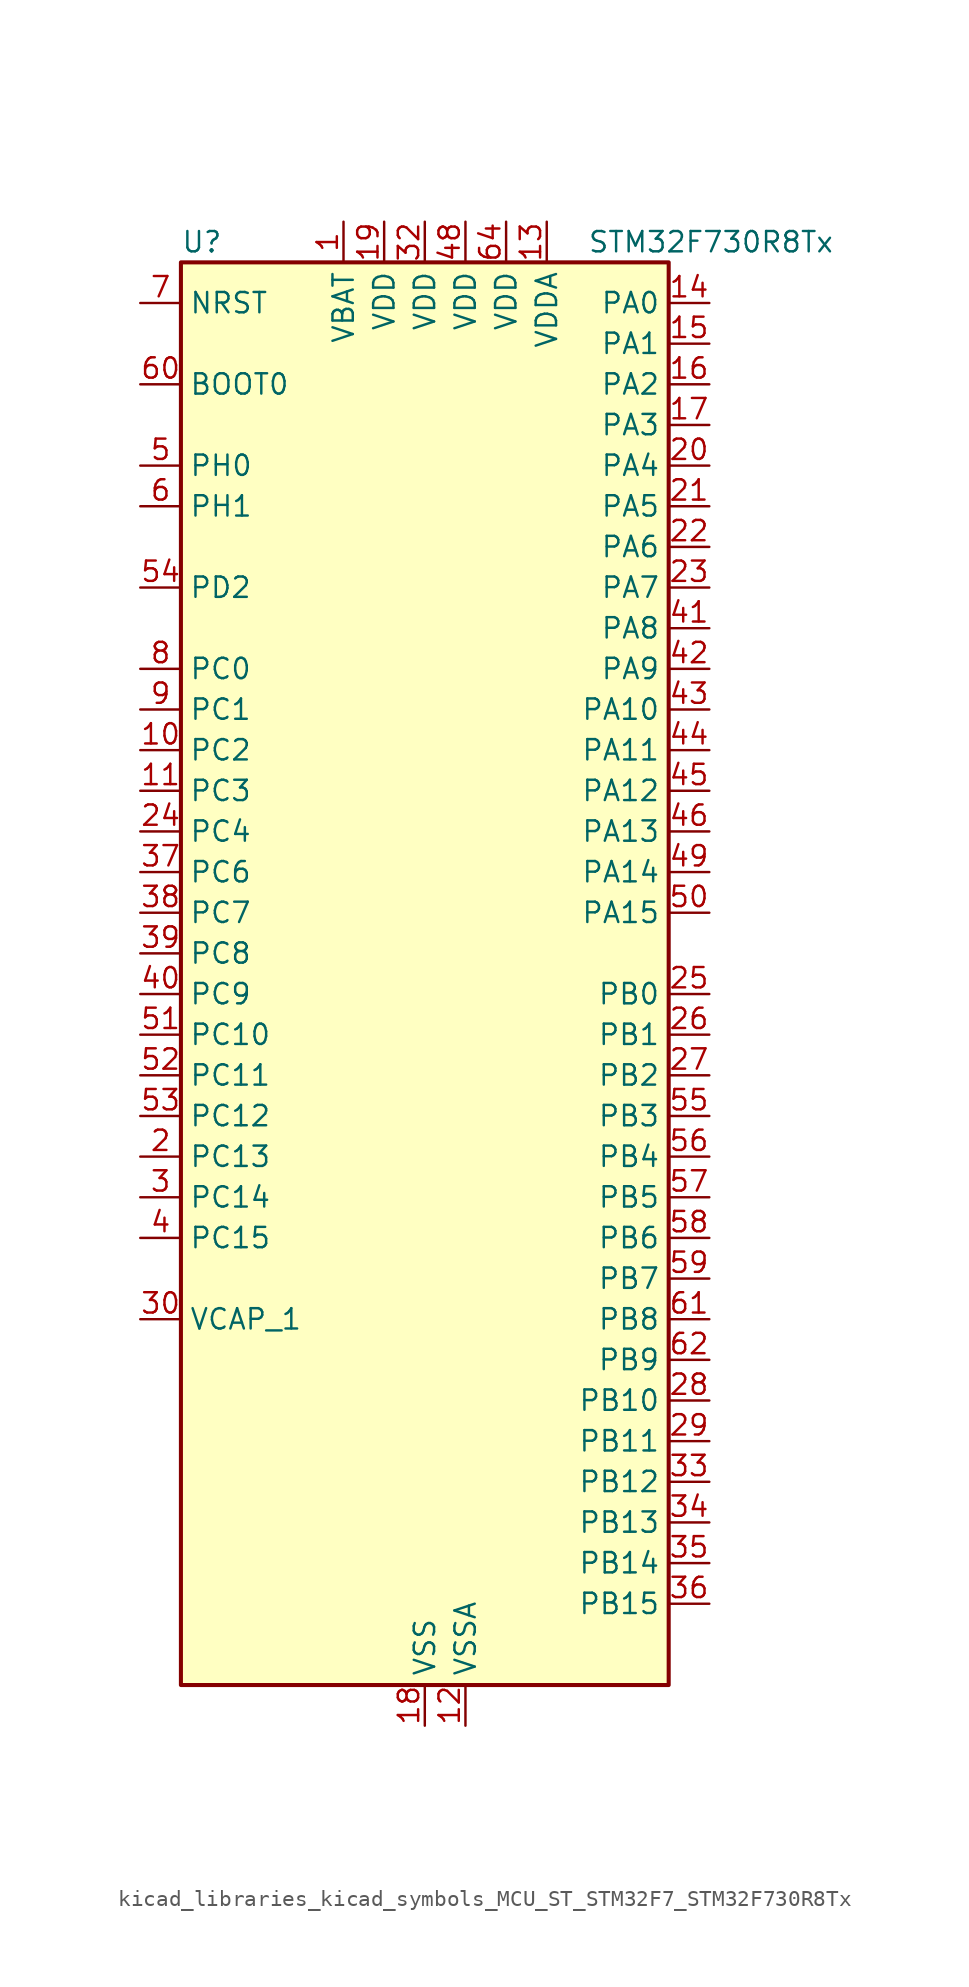
<source format=kicad_sym>
(kicad_symbol_lib
  (version 20220914)
  (generator kicad_symbol_editor)
  (symbol "kicad_libraries_kicad_symbols_MCU_ST_STM32F7_STM32F730R8Tx"
    (property "Reference" "U"
      (at -15.24 46.99 0)
      (effects (font (size 1.27 1.27)) (justify left)))
    (property "Value" "STM32F730R8Tx"
      (at 10.16 46.99 0)
      (effects (font (size 1.27 1.27)) (justify left)))
    (property "ki_locked" ""
      (at 0 0 0)
      (effects (font (size 1.27 1.27))))
    (symbol "kicad_libraries_kicad_symbols_MCU_ST_STM32F7_STM32F730R8Tx_0_1"
      (rectangle (start -15.24 -43.18) (end 15.24 45.72) (stroke (width 0.254) (type default)) (fill (type background))))
    (symbol "kicad_libraries_kicad_symbols_MCU_ST_STM32F7_STM32F730R8Tx_1_1"
      (pin power_in line (at -5.08 48.26 270) (length 2.54) (name "VBAT" (effects (font (size 1.27 1.27)))) (number "1" (effects (font (size 1.27 1.27)))))
      (pin bidirectional line (at -17.78 15.24 0) (length 2.54) (name "PC2" (effects (font (size 1.27 1.27)))) (number "10" (effects (font (size 1.27 1.27)))) (alternate "ADC1_IN12" bidirectional line) (alternate "ADC2_IN12" bidirectional line) (alternate "ADC3_IN12" bidirectional line) (alternate "SPI2_MISO" bidirectional line) (alternate "USB_OTG_HS_ULPI_DIR" bidirectional line))
      (pin bidirectional line (at -17.78 12.7 0) (length 2.54) (name "PC3" (effects (font (size 1.27 1.27)))) (number "11" (effects (font (size 1.27 1.27)))) (alternate "ADC1_IN13" bidirectional line) (alternate "ADC2_IN13" bidirectional line) (alternate "ADC3_IN13" bidirectional line) (alternate "I2S2_SD" bidirectional line) (alternate "SPI2_MOSI" bidirectional line) (alternate "USB_OTG_HS_ULPI_NXT" bidirectional line))
      (pin power_in line (at 2.54 -45.72 90) (length 2.54) (name "VSSA" (effects (font (size 1.27 1.27)))) (number "12" (effects (font (size 1.27 1.27)))))
      (pin power_in line (at 7.62 48.26 270) (length 2.54) (name "VDDA" (effects (font (size 1.27 1.27)))) (number "13" (effects (font (size 1.27 1.27)))))
      (pin bidirectional line (at 17.78 43.18 180) (length 2.54) (name "PA0" (effects (font (size 1.27 1.27)))) (number "14" (effects (font (size 1.27 1.27)))) (alternate "ADC1_IN0" bidirectional line) (alternate "ADC2_IN0" bidirectional line) (alternate "ADC3_IN0" bidirectional line) (alternate "SAI2_SD_B" bidirectional line) (alternate "SYS_WKUP1" bidirectional line) (alternate "TIM2_CH1" bidirectional line) (alternate "TIM2_ETR" bidirectional line) (alternate "TIM5_CH1" bidirectional line) (alternate "TIM8_ETR" bidirectional line) (alternate "UART4_TX" bidirectional line) (alternate "USART2_CTS" bidirectional line))
      (pin bidirectional line (at 17.78 40.64 180) (length 2.54) (name "PA1" (effects (font (size 1.27 1.27)))) (number "15" (effects (font (size 1.27 1.27)))) (alternate "ADC1_IN1" bidirectional line) (alternate "ADC2_IN1" bidirectional line) (alternate "ADC3_IN1" bidirectional line) (alternate "QUADSPI_BK1_IO3" bidirectional line) (alternate "SAI2_MCLK_B" bidirectional line) (alternate "TIM2_CH2" bidirectional line) (alternate "TIM5_CH2" bidirectional line) (alternate "UART4_RX" bidirectional line) (alternate "USART2_DE" bidirectional line) (alternate "USART2_RTS" bidirectional line))
      (pin bidirectional line (at 17.78 38.1 180) (length 2.54) (name "PA2" (effects (font (size 1.27 1.27)))) (number "16" (effects (font (size 1.27 1.27)))) (alternate "ADC1_IN2" bidirectional line) (alternate "ADC2_IN2" bidirectional line) (alternate "ADC3_IN2" bidirectional line) (alternate "SAI2_SCK_B" bidirectional line) (alternate "SYS_WKUP2" bidirectional line) (alternate "TIM2_CH3" bidirectional line) (alternate "TIM5_CH3" bidirectional line) (alternate "TIM9_CH1" bidirectional line) (alternate "USART2_TX" bidirectional line))
      (pin bidirectional line (at 17.78 35.56 180) (length 2.54) (name "PA3" (effects (font (size 1.27 1.27)))) (number "17" (effects (font (size 1.27 1.27)))) (alternate "ADC1_IN3" bidirectional line) (alternate "ADC2_IN3" bidirectional line) (alternate "ADC3_IN3" bidirectional line) (alternate "TIM2_CH4" bidirectional line) (alternate "TIM5_CH4" bidirectional line) (alternate "TIM9_CH2" bidirectional line) (alternate "USART2_RX" bidirectional line) (alternate "USB_OTG_HS_ULPI_D0" bidirectional line))
      (pin power_in line (at 0 -45.72 90) (length 2.54) (name "VSS" (effects (font (size 1.27 1.27)))) (number "18" (effects (font (size 1.27 1.27)))))
      (pin power_in line (at -2.54 48.26 270) (length 2.54) (name "VDD" (effects (font (size 1.27 1.27)))) (number "19" (effects (font (size 1.27 1.27)))))
      (pin bidirectional line (at -17.78 -10.16 0) (length 2.54) (name "PC13" (effects (font (size 1.27 1.27)))) (number "2" (effects (font (size 1.27 1.27)))) (alternate "RTC_OUT" bidirectional line) (alternate "RTC_TAMP1" bidirectional line) (alternate "RTC_TS" bidirectional line) (alternate "SYS_WKUP4" bidirectional line))
      (pin bidirectional line (at 17.78 33.02 180) (length 2.54) (name "PA4" (effects (font (size 1.27 1.27)))) (number "20" (effects (font (size 1.27 1.27)))) (alternate "ADC1_IN4" bidirectional line) (alternate "ADC2_IN4" bidirectional line) (alternate "DAC_OUT1" bidirectional line) (alternate "I2S1_WS" bidirectional line) (alternate "I2S3_WS" bidirectional line) (alternate "SPI1_NSS" bidirectional line) (alternate "SPI3_NSS" bidirectional line) (alternate "USART2_CK" bidirectional line) (alternate "USB_OTG_HS_SOF" bidirectional line))
      (pin bidirectional line (at 17.78 30.48 180) (length 2.54) (name "PA5" (effects (font (size 1.27 1.27)))) (number "21" (effects (font (size 1.27 1.27)))) (alternate "ADC1_IN5" bidirectional line) (alternate "ADC2_IN5" bidirectional line) (alternate "DAC_OUT2" bidirectional line) (alternate "I2S1_CK" bidirectional line) (alternate "SPI1_SCK" bidirectional line) (alternate "TIM2_CH1" bidirectional line) (alternate "TIM2_ETR" bidirectional line) (alternate "TIM8_CH1N" bidirectional line) (alternate "USB_OTG_HS_ULPI_CK" bidirectional line))
      (pin bidirectional line (at 17.78 27.94 180) (length 2.54) (name "PA6" (effects (font (size 1.27 1.27)))) (number "22" (effects (font (size 1.27 1.27)))) (alternate "ADC1_IN6" bidirectional line) (alternate "ADC2_IN6" bidirectional line) (alternate "SPI1_MISO" bidirectional line) (alternate "TIM13_CH1" bidirectional line) (alternate "TIM1_BKIN" bidirectional line) (alternate "TIM3_CH1" bidirectional line) (alternate "TIM8_BKIN" bidirectional line))
      (pin bidirectional line (at 17.78 25.4 180) (length 2.54) (name "PA7" (effects (font (size 1.27 1.27)))) (number "23" (effects (font (size 1.27 1.27)))) (alternate "ADC1_IN7" bidirectional line) (alternate "ADC2_IN7" bidirectional line) (alternate "I2S1_SD" bidirectional line) (alternate "SPI1_MOSI" bidirectional line) (alternate "TIM14_CH1" bidirectional line) (alternate "TIM1_CH1N" bidirectional line) (alternate "TIM3_CH2" bidirectional line) (alternate "TIM8_CH1N" bidirectional line))
      (pin bidirectional line (at -17.78 10.16 0) (length 2.54) (name "PC4" (effects (font (size 1.27 1.27)))) (number "24" (effects (font (size 1.27 1.27)))) (alternate "ADC1_IN14" bidirectional line) (alternate "ADC2_IN14" bidirectional line) (alternate "I2S1_MCK" bidirectional line))
      (pin bidirectional line (at 17.78 0 180) (length 2.54) (name "PB0" (effects (font (size 1.27 1.27)))) (number "25" (effects (font (size 1.27 1.27)))) (alternate "ADC1_IN8" bidirectional line) (alternate "ADC2_IN8" bidirectional line) (alternate "TIM1_CH2N" bidirectional line) (alternate "TIM3_CH3" bidirectional line) (alternate "TIM8_CH2N" bidirectional line) (alternate "UART4_CTS" bidirectional line) (alternate "USB_OTG_HS_ULPI_D1" bidirectional line))
      (pin bidirectional line (at 17.78 -2.54 180) (length 2.54) (name "PB1" (effects (font (size 1.27 1.27)))) (number "26" (effects (font (size 1.27 1.27)))) (alternate "ADC1_IN9" bidirectional line) (alternate "ADC2_IN9" bidirectional line) (alternate "TIM1_CH3N" bidirectional line) (alternate "TIM3_CH4" bidirectional line) (alternate "TIM8_CH3N" bidirectional line) (alternate "USB_OTG_HS_ULPI_D2" bidirectional line))
      (pin bidirectional line (at 17.78 -5.08 180) (length 2.54) (name "PB2" (effects (font (size 1.27 1.27)))) (number "27" (effects (font (size 1.27 1.27)))) (alternate "I2S3_SD" bidirectional line) (alternate "QUADSPI_CLK" bidirectional line) (alternate "SAI1_SD_A" bidirectional line) (alternate "SPI3_MOSI" bidirectional line))
      (pin bidirectional line (at 17.78 -25.4 180) (length 2.54) (name "PB10" (effects (font (size 1.27 1.27)))) (number "28" (effects (font (size 1.27 1.27)))) (alternate "I2C2_SCL" bidirectional line) (alternate "I2S2_CK" bidirectional line) (alternate "SPI2_SCK" bidirectional line) (alternate "TIM2_CH3" bidirectional line) (alternate "USART3_TX" bidirectional line) (alternate "USB_OTG_HS_ULPI_D3" bidirectional line))
      (pin bidirectional line (at 17.78 -27.94 180) (length 2.54) (name "PB11" (effects (font (size 1.27 1.27)))) (number "29" (effects (font (size 1.27 1.27)))) (alternate "ADC1_EXTI11" bidirectional line) (alternate "ADC2_EXTI11" bidirectional line) (alternate "ADC3_EXTI11" bidirectional line) (alternate "I2C2_SDA" bidirectional line) (alternate "TIM2_CH4" bidirectional line) (alternate "USART3_RX" bidirectional line) (alternate "USB_OTG_HS_ULPI_D4" bidirectional line))
      (pin bidirectional line (at -17.78 -12.7 0) (length 2.54) (name "PC14" (effects (font (size 1.27 1.27)))) (number "3" (effects (font (size 1.27 1.27)))) (alternate "RCC_OSC32_IN" bidirectional line))
      (pin power_out line (at -17.78 -20.32 0) (length 2.54) (name "VCAP_1" (effects (font (size 1.27 1.27)))) (number "30" (effects (font (size 1.27 1.27)))))
      (pin passive line (at 0 -45.72 90) (length 2.54) hide (name "VSS" (effects (font (size 1.27 1.27)))) (number "31" (effects (font (size 1.27 1.27)))))
      (pin power_in line (at 0 48.26 270) (length 2.54) (name "VDD" (effects (font (size 1.27 1.27)))) (number "32" (effects (font (size 1.27 1.27)))))
      (pin bidirectional line (at 17.78 -30.48 180) (length 2.54) (name "PB12" (effects (font (size 1.27 1.27)))) (number "33" (effects (font (size 1.27 1.27)))) (alternate "I2C2_SMBA" bidirectional line) (alternate "I2S2_WS" bidirectional line) (alternate "SPI2_NSS" bidirectional line) (alternate "TIM1_BKIN" bidirectional line) (alternate "USART3_CK" bidirectional line) (alternate "USB_OTG_HS_ID" bidirectional line) (alternate "USB_OTG_HS_ULPI_D5" bidirectional line))
      (pin bidirectional line (at 17.78 -33.02 180) (length 2.54) (name "PB13" (effects (font (size 1.27 1.27)))) (number "34" (effects (font (size 1.27 1.27)))) (alternate "I2S2_CK" bidirectional line) (alternate "SPI2_SCK" bidirectional line) (alternate "TIM1_CH1N" bidirectional line) (alternate "USART3_CTS" bidirectional line) (alternate "USB_OTG_HS_ULPI_D6" bidirectional line) (alternate "USB_OTG_HS_VBUS" bidirectional line))
      (pin bidirectional line (at 17.78 -35.56 180) (length 2.54) (name "PB14" (effects (font (size 1.27 1.27)))) (number "35" (effects (font (size 1.27 1.27)))) (alternate "SPI2_MISO" bidirectional line) (alternate "TIM12_CH1" bidirectional line) (alternate "TIM1_CH2N" bidirectional line) (alternate "TIM8_CH2N" bidirectional line) (alternate "USART3_DE" bidirectional line) (alternate "USART3_RTS" bidirectional line) (alternate "USB_OTG_HS_DM" bidirectional line))
      (pin bidirectional line (at 17.78 -38.1 180) (length 2.54) (name "PB15" (effects (font (size 1.27 1.27)))) (number "36" (effects (font (size 1.27 1.27)))) (alternate "I2S2_SD" bidirectional line) (alternate "RTC_REFIN" bidirectional line) (alternate "SPI2_MOSI" bidirectional line) (alternate "TIM12_CH2" bidirectional line) (alternate "TIM1_CH3N" bidirectional line) (alternate "TIM8_CH3N" bidirectional line) (alternate "USB_OTG_HS_DP" bidirectional line))
      (pin bidirectional line (at -17.78 7.62 0) (length 2.54) (name "PC6" (effects (font (size 1.27 1.27)))) (number "37" (effects (font (size 1.27 1.27)))) (alternate "I2S2_MCK" bidirectional line) (alternate "SDMMC1_D6" bidirectional line) (alternate "TIM3_CH1" bidirectional line) (alternate "TIM8_CH1" bidirectional line) (alternate "USART6_TX" bidirectional line))
      (pin bidirectional line (at -17.78 5.08 0) (length 2.54) (name "PC7" (effects (font (size 1.27 1.27)))) (number "38" (effects (font (size 1.27 1.27)))) (alternate "I2S3_MCK" bidirectional line) (alternate "SDMMC1_D7" bidirectional line) (alternate "TIM3_CH2" bidirectional line) (alternate "TIM8_CH2" bidirectional line) (alternate "USART6_RX" bidirectional line))
      (pin bidirectional line (at -17.78 2.54 0) (length 2.54) (name "PC8" (effects (font (size 1.27 1.27)))) (number "39" (effects (font (size 1.27 1.27)))) (alternate "SDMMC1_D0" bidirectional line) (alternate "SYS_TRACED1" bidirectional line) (alternate "TIM3_CH3" bidirectional line) (alternate "TIM8_CH3" bidirectional line) (alternate "UART5_DE" bidirectional line) (alternate "UART5_RTS" bidirectional line) (alternate "USART6_CK" bidirectional line))
      (pin bidirectional line (at -17.78 -15.24 0) (length 2.54) (name "PC15" (effects (font (size 1.27 1.27)))) (number "4" (effects (font (size 1.27 1.27)))) (alternate "RCC_OSC32_OUT" bidirectional line))
      (pin bidirectional line (at -17.78 0 0) (length 2.54) (name "PC9" (effects (font (size 1.27 1.27)))) (number "40" (effects (font (size 1.27 1.27)))) (alternate "DAC_EXTI9" bidirectional line) (alternate "I2C3_SDA" bidirectional line) (alternate "I2S_CKIN" bidirectional line) (alternate "QUADSPI_BK1_IO0" bidirectional line) (alternate "RCC_MCO_2" bidirectional line) (alternate "SDMMC1_D1" bidirectional line) (alternate "TIM3_CH4" bidirectional line) (alternate "TIM8_CH4" bidirectional line) (alternate "UART5_CTS" bidirectional line))
      (pin bidirectional line (at 17.78 22.86 180) (length 2.54) (name "PA8" (effects (font (size 1.27 1.27)))) (number "41" (effects (font (size 1.27 1.27)))) (alternate "I2C3_SCL" bidirectional line) (alternate "RCC_MCO_1" bidirectional line) (alternate "TIM1_CH1" bidirectional line) (alternate "TIM8_BKIN2" bidirectional line) (alternate "USART1_CK" bidirectional line) (alternate "USB_OTG_FS_SOF" bidirectional line))
      (pin bidirectional line (at 17.78 20.32 180) (length 2.54) (name "PA9" (effects (font (size 1.27 1.27)))) (number "42" (effects (font (size 1.27 1.27)))) (alternate "DAC_EXTI9" bidirectional line) (alternate "I2C3_SMBA" bidirectional line) (alternate "I2S2_CK" bidirectional line) (alternate "SPI2_SCK" bidirectional line) (alternate "TIM1_CH2" bidirectional line) (alternate "USART1_TX" bidirectional line) (alternate "USB_OTG_FS_VBUS" bidirectional line))
      (pin bidirectional line (at 17.78 17.78 180) (length 2.54) (name "PA10" (effects (font (size 1.27 1.27)))) (number "43" (effects (font (size 1.27 1.27)))) (alternate "TIM1_CH3" bidirectional line) (alternate "USART1_RX" bidirectional line) (alternate "USB_OTG_FS_ID" bidirectional line))
      (pin bidirectional line (at 17.78 15.24 180) (length 2.54) (name "PA11" (effects (font (size 1.27 1.27)))) (number "44" (effects (font (size 1.27 1.27)))) (alternate "ADC1_EXTI11" bidirectional line) (alternate "ADC2_EXTI11" bidirectional line) (alternate "ADC3_EXTI11" bidirectional line) (alternate "CAN1_RX" bidirectional line) (alternate "TIM1_CH4" bidirectional line) (alternate "USART1_CTS" bidirectional line) (alternate "USB_OTG_FS_DM" bidirectional line))
      (pin bidirectional line (at 17.78 12.7 180) (length 2.54) (name "PA12" (effects (font (size 1.27 1.27)))) (number "45" (effects (font (size 1.27 1.27)))) (alternate "CAN1_TX" bidirectional line) (alternate "SAI2_FS_B" bidirectional line) (alternate "TIM1_ETR" bidirectional line) (alternate "USART1_DE" bidirectional line) (alternate "USART1_RTS" bidirectional line) (alternate "USB_OTG_FS_DP" bidirectional line))
      (pin bidirectional line (at 17.78 10.16 180) (length 2.54) (name "PA13" (effects (font (size 1.27 1.27)))) (number "46" (effects (font (size 1.27 1.27)))) (alternate "SYS_JTMS-SWDIO" bidirectional line))
      (pin passive line (at 0 -45.72 90) (length 2.54) hide (name "VSS" (effects (font (size 1.27 1.27)))) (number "47" (effects (font (size 1.27 1.27)))))
      (pin power_in line (at 2.54 48.26 270) (length 2.54) (name "VDD" (effects (font (size 1.27 1.27)))) (number "48" (effects (font (size 1.27 1.27)))))
      (pin bidirectional line (at 17.78 7.62 180) (length 2.54) (name "PA14" (effects (font (size 1.27 1.27)))) (number "49" (effects (font (size 1.27 1.27)))) (alternate "SYS_JTCK-SWCLK" bidirectional line))
      (pin bidirectional line (at -17.78 33.02 0) (length 2.54) (name "PH0" (effects (font (size 1.27 1.27)))) (number "5" (effects (font (size 1.27 1.27)))) (alternate "RCC_OSC_IN" bidirectional line))
      (pin bidirectional line (at 17.78 5.08 180) (length 2.54) (name "PA15" (effects (font (size 1.27 1.27)))) (number "50" (effects (font (size 1.27 1.27)))) (alternate "I2S1_WS" bidirectional line) (alternate "I2S3_WS" bidirectional line) (alternate "SPI1_NSS" bidirectional line) (alternate "SPI3_NSS" bidirectional line) (alternate "SYS_JTDI" bidirectional line) (alternate "TIM2_CH1" bidirectional line) (alternate "TIM2_ETR" bidirectional line) (alternate "UART4_DE" bidirectional line) (alternate "UART4_RTS" bidirectional line))
      (pin bidirectional line (at -17.78 -2.54 0) (length 2.54) (name "PC10" (effects (font (size 1.27 1.27)))) (number "51" (effects (font (size 1.27 1.27)))) (alternate "I2S3_CK" bidirectional line) (alternate "QUADSPI_BK1_IO1" bidirectional line) (alternate "SDMMC1_D2" bidirectional line) (alternate "SPI3_SCK" bidirectional line) (alternate "UART4_TX" bidirectional line) (alternate "USART3_TX" bidirectional line))
      (pin bidirectional line (at -17.78 -5.08 0) (length 2.54) (name "PC11" (effects (font (size 1.27 1.27)))) (number "52" (effects (font (size 1.27 1.27)))) (alternate "ADC1_EXTI11" bidirectional line) (alternate "ADC2_EXTI11" bidirectional line) (alternate "ADC3_EXTI11" bidirectional line) (alternate "QUADSPI_BK2_NCS" bidirectional line) (alternate "SDMMC1_D3" bidirectional line) (alternate "SPI3_MISO" bidirectional line) (alternate "UART4_RX" bidirectional line) (alternate "USART3_RX" bidirectional line))
      (pin bidirectional line (at -17.78 -7.62 0) (length 2.54) (name "PC12" (effects (font (size 1.27 1.27)))) (number "53" (effects (font (size 1.27 1.27)))) (alternate "I2S3_SD" bidirectional line) (alternate "SDMMC1_CK" bidirectional line) (alternate "SPI3_MOSI" bidirectional line) (alternate "SYS_TRACED3" bidirectional line) (alternate "UART5_TX" bidirectional line) (alternate "USART3_CK" bidirectional line))
      (pin bidirectional line (at -17.78 25.4 0) (length 2.54) (name "PD2" (effects (font (size 1.27 1.27)))) (number "54" (effects (font (size 1.27 1.27)))) (alternate "SDMMC1_CMD" bidirectional line) (alternate "SYS_TRACED2" bidirectional line) (alternate "TIM3_ETR" bidirectional line) (alternate "UART5_RX" bidirectional line))
      (pin bidirectional line (at 17.78 -7.62 180) (length 2.54) (name "PB3" (effects (font (size 1.27 1.27)))) (number "55" (effects (font (size 1.27 1.27)))) (alternate "I2S1_CK" bidirectional line) (alternate "I2S3_CK" bidirectional line) (alternate "SPI1_SCK" bidirectional line) (alternate "SPI3_SCK" bidirectional line) (alternate "SYS_JTDO-SWO" bidirectional line) (alternate "TIM2_CH2" bidirectional line))
      (pin bidirectional line (at 17.78 -10.16 180) (length 2.54) (name "PB4" (effects (font (size 1.27 1.27)))) (number "56" (effects (font (size 1.27 1.27)))) (alternate "I2S2_WS" bidirectional line) (alternate "SPI1_MISO" bidirectional line) (alternate "SPI2_NSS" bidirectional line) (alternate "SPI3_MISO" bidirectional line) (alternate "SYS_JTRST" bidirectional line) (alternate "TIM3_CH1" bidirectional line))
      (pin bidirectional line (at 17.78 -12.7 180) (length 2.54) (name "PB5" (effects (font (size 1.27 1.27)))) (number "57" (effects (font (size 1.27 1.27)))) (alternate "I2C1_SMBA" bidirectional line) (alternate "I2S1_SD" bidirectional line) (alternate "I2S3_SD" bidirectional line) (alternate "SPI1_MOSI" bidirectional line) (alternate "SPI3_MOSI" bidirectional line) (alternate "TIM3_CH2" bidirectional line) (alternate "USB_OTG_HS_ULPI_D7" bidirectional line))
      (pin bidirectional line (at 17.78 -15.24 180) (length 2.54) (name "PB6" (effects (font (size 1.27 1.27)))) (number "58" (effects (font (size 1.27 1.27)))) (alternate "I2C1_SCL" bidirectional line) (alternate "QUADSPI_BK1_NCS" bidirectional line) (alternate "TIM4_CH1" bidirectional line) (alternate "USART1_TX" bidirectional line))
      (pin bidirectional line (at 17.78 -17.78 180) (length 2.54) (name "PB7" (effects (font (size 1.27 1.27)))) (number "59" (effects (font (size 1.27 1.27)))) (alternate "I2C1_SDA" bidirectional line) (alternate "TIM4_CH2" bidirectional line) (alternate "USART1_RX" bidirectional line))
      (pin bidirectional line (at -17.78 30.48 0) (length 2.54) (name "PH1" (effects (font (size 1.27 1.27)))) (number "6" (effects (font (size 1.27 1.27)))) (alternate "RCC_OSC_OUT" bidirectional line))
      (pin input line (at -17.78 38.1 0) (length 2.54) (name "BOOT0" (effects (font (size 1.27 1.27)))) (number "60" (effects (font (size 1.27 1.27)))))
      (pin bidirectional line (at 17.78 -20.32 180) (length 2.54) (name "PB8" (effects (font (size 1.27 1.27)))) (number "61" (effects (font (size 1.27 1.27)))) (alternate "CAN1_RX" bidirectional line) (alternate "I2C1_SCL" bidirectional line) (alternate "SDMMC1_D4" bidirectional line) (alternate "TIM10_CH1" bidirectional line) (alternate "TIM4_CH3" bidirectional line))
      (pin bidirectional line (at 17.78 -22.86 180) (length 2.54) (name "PB9" (effects (font (size 1.27 1.27)))) (number "62" (effects (font (size 1.27 1.27)))) (alternate "CAN1_TX" bidirectional line) (alternate "DAC_EXTI9" bidirectional line) (alternate "I2C1_SDA" bidirectional line) (alternate "I2S2_WS" bidirectional line) (alternate "SDMMC1_D5" bidirectional line) (alternate "SPI2_NSS" bidirectional line) (alternate "TIM11_CH1" bidirectional line) (alternate "TIM4_CH4" bidirectional line))
      (pin passive line (at 0 -45.72 90) (length 2.54) hide (name "VSS" (effects (font (size 1.27 1.27)))) (number "63" (effects (font (size 1.27 1.27)))))
      (pin power_in line (at 5.08 48.26 270) (length 2.54) (name "VDD" (effects (font (size 1.27 1.27)))) (number "64" (effects (font (size 1.27 1.27)))))
      (pin input line (at -17.78 43.18 0) (length 2.54) (name "NRST" (effects (font (size 1.27 1.27)))) (number "7" (effects (font (size 1.27 1.27)))))
      (pin bidirectional line (at -17.78 20.32 0) (length 2.54) (name "PC0" (effects (font (size 1.27 1.27)))) (number "8" (effects (font (size 1.27 1.27)))) (alternate "ADC1_IN10" bidirectional line) (alternate "ADC2_IN10" bidirectional line) (alternate "ADC3_IN10" bidirectional line) (alternate "SAI2_FS_B" bidirectional line) (alternate "USB_OTG_HS_ULPI_STP" bidirectional line))
      (pin bidirectional line (at -17.78 17.78 0) (length 2.54) (name "PC1" (effects (font (size 1.27 1.27)))) (number "9" (effects (font (size 1.27 1.27)))) (alternate "ADC1_IN11" bidirectional line) (alternate "ADC2_IN11" bidirectional line) (alternate "ADC3_IN11" bidirectional line) (alternate "I2S2_SD" bidirectional line) (alternate "RTC_TAMP3" bidirectional line) (alternate "RTC_TS" bidirectional line) (alternate "SAI1_SD_A" bidirectional line) (alternate "SPI2_MOSI" bidirectional line) (alternate "SYS_TRACED0" bidirectional line) (alternate "SYS_WKUP3" bidirectional line)))))
</source>
